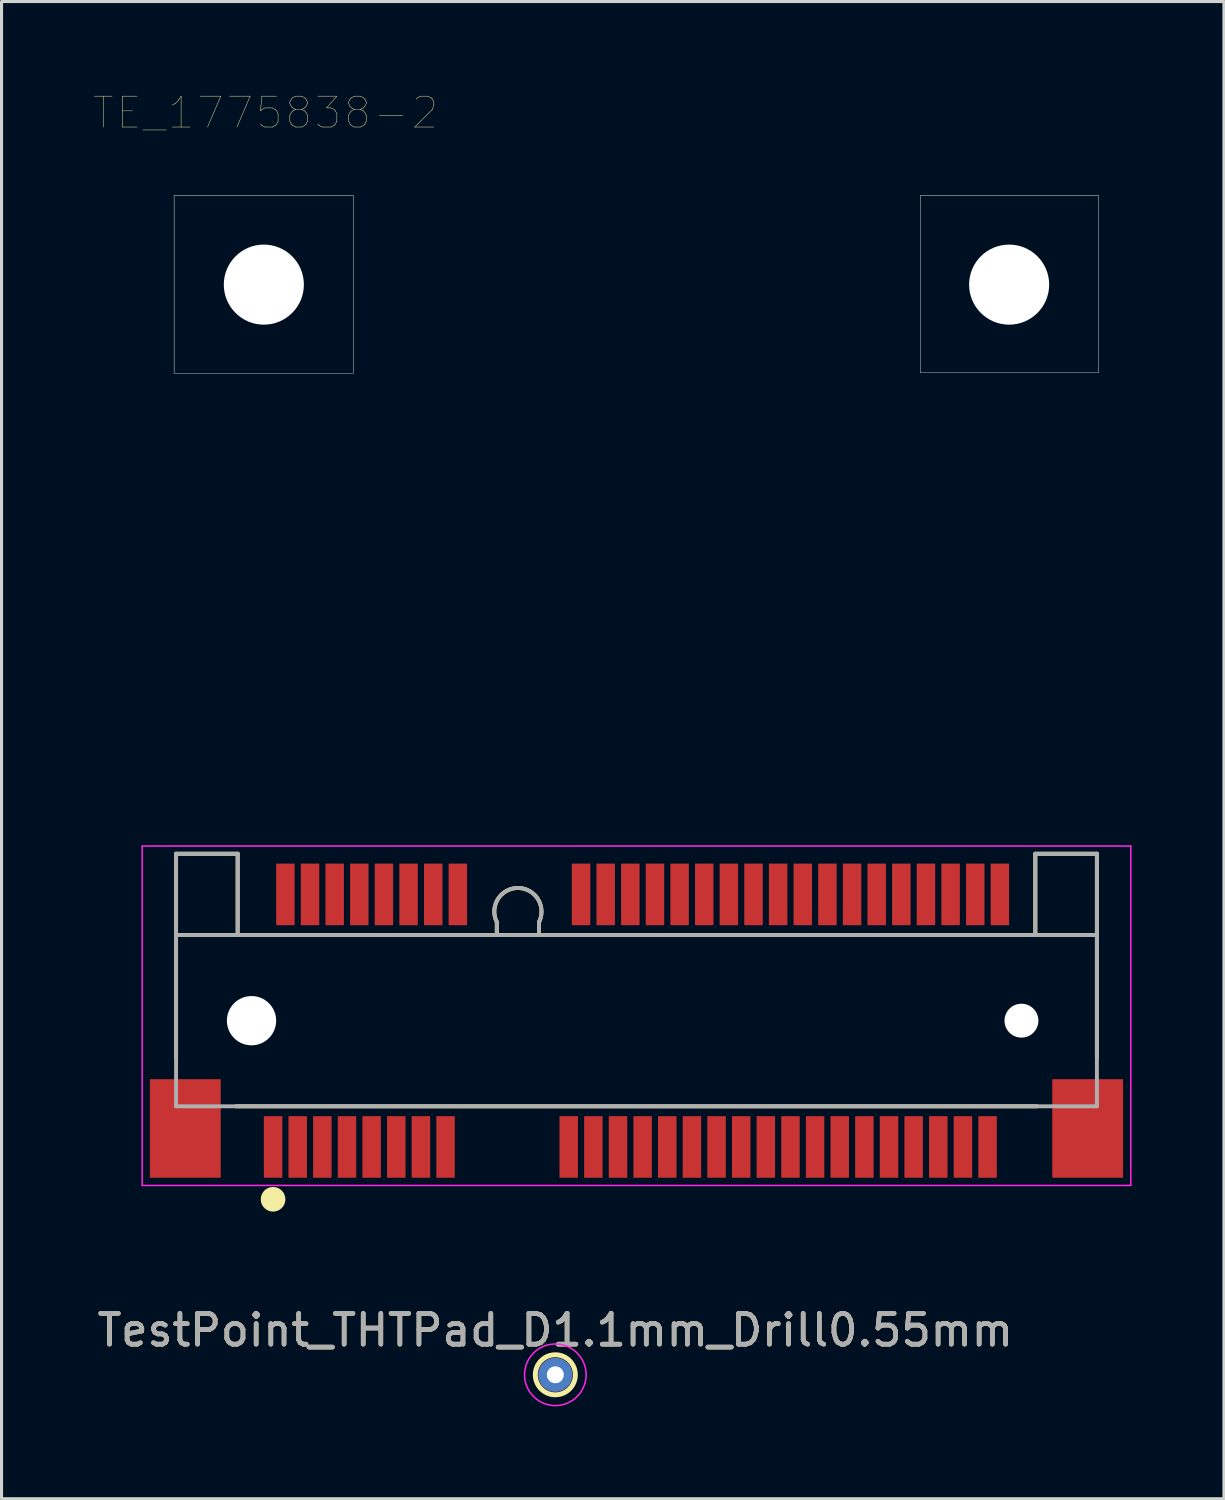
<source format=kicad_pcb>
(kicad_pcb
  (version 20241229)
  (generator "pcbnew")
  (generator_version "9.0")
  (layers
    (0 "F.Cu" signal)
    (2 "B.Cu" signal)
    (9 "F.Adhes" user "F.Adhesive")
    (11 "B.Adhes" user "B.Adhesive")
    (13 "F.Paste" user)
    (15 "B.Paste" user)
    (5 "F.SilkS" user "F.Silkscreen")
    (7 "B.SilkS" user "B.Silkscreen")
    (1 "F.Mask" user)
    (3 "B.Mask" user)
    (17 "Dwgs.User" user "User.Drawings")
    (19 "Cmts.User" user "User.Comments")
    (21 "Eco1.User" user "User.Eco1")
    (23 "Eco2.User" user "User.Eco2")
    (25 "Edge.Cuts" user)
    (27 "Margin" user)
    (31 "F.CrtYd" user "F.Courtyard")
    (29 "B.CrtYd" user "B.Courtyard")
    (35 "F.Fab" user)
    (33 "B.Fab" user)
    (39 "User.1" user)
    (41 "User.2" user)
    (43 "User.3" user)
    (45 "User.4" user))
  (footprint "TE_1775838-2"
    (layer "F.Cu")
    (at 17.617 30.092)
    (property "Reference" "TE_1775838-2" (at -12.043 -29.48 0) (layer "F.SilkS") (effects (font (size 1.002 1.002) (thickness 0.015))))
    (attr through_hole)
    (fp_line (start -14.95 -5.42) (end -12.95 -5.42) (stroke (width 0.127) (type solid)) (layer "F.SilkS"))
    (fp_line (start -14.95 -2.78) (end -14.95 -5.42) (stroke (width 0.127) (type solid)) (layer "F.SilkS"))
    (fp_line (start -14.95 -2.78) (end -14.95 1.2) (stroke (width 0.127) (type solid)) (layer "F.SilkS"))
    (fp_line (start -14.95 -2.78) (end -12.95 -2.78) (stroke (width 0.127) (type solid)) (layer "F.SilkS"))
    (fp_line (start -12.95 -5.42) (end -12.95 -2.78) (stroke (width 0.127) (type solid)) (layer "F.SilkS"))
    (fp_line (start -12.95 -2.78) (end -4.535 -2.78) (stroke (width 0.127) (type solid)) (layer "F.SilkS"))
    (fp_line (start -4.535 -2.78) (end -4.535 -3.2) (stroke (width 0.127) (type solid)) (layer "F.SilkS"))
    (fp_line (start -4.535 -2.78) (end -3.165 -2.78) (stroke (width 0.127) (type solid)) (layer "F.SilkS"))
    (fp_line (start -3.165 -2.78) (end -3.165 -3.2) (stroke (width 0.127) (type solid)) (layer "F.SilkS"))
    (fp_line (start -3.165 -2.78) (end 12.95 -2.78) (stroke (width 0.127) (type solid)) (layer "F.SilkS"))
    (fp_line (start 12.95 -5.42) (end 12.95 -2.78) (stroke (width 0.127) (type solid)) (layer "F.SilkS"))
    (fp_line (start 12.95 -2.78) (end 14.95 -2.78) (stroke (width 0.127) (type solid)) (layer "F.SilkS"))
    (fp_line (start 13 2.78) (end -13 2.78) (stroke (width 0.127) (type solid)) (layer "F.SilkS"))
    (fp_line (start 14.95 -5.42) (end 12.95 -5.42) (stroke (width 0.127) (type solid)) (layer "F.SilkS"))
    (fp_line (start 14.95 -2.78) (end 14.95 -5.42) (stroke (width 0.127) (type solid)) (layer "F.SilkS"))
    (fp_line (start 14.95 -2.78) (end 14.95 1.2) (stroke (width 0.127) (type solid)) (layer "F.SilkS"))
    (fp_arc (start -4.535 -3.2) (mid -3.85 -4.308352) (end -3.165 -3.2) (stroke (width 0.127) (type solid)) (layer "F.SilkS"))
    (fp_circle (center -11.8 5.8) (end -11.6 5.8) (stroke (width 0.4) (type solid)) (fill no) (layer "F.SilkS"))
    (fp_poly (pts (xy -15.016 -26.8) (xy -9.2 -26.8) (xy -9.2 -21.022) (xy -15.016 -21.022)) (stroke (width 0.01) (type solid)) (fill no) (layer "Dwgs.User"))
    (fp_poly (pts (xy -15.006 -26.8) (xy -9.2 -26.8) (xy -9.2 -21.009) (xy -15.006 -21.009)) (stroke (width 0.01) (type solid)) (fill no) (layer "Dwgs.User"))
    (fp_poly (pts (xy 9.215 -26.8) (xy 15 -26.8) (xy 15 -21.035) (xy 9.215 -21.035)) (stroke (width 0.01) (type solid)) (fill no) (layer "Dwgs.User"))
    (fp_poly (pts (xy 9.218 -26.8) (xy 15 -26.8) (xy 15 -21.041) (xy 9.218 -21.041)) (stroke (width 0.01) (type solid)) (fill no) (layer "Dwgs.User"))
    (fp_line (start -16.05 -5.67) (end 16.05 -5.67) (stroke (width 0.05) (type solid)) (layer "F.CrtYd"))
    (fp_line (start -16.05 5.35) (end -16.05 -5.67) (stroke (width 0.05) (type solid)) (layer "F.CrtYd"))
    (fp_line (start 16.05 -5.67) (end 16.05 5.35) (stroke (width 0.05) (type solid)) (layer "F.CrtYd"))
    (fp_line (start 16.05 5.35) (end -16.05 5.35) (stroke (width 0.05) (type solid)) (layer "F.CrtYd"))
    (fp_line (start -14.95 -5.42) (end -12.95 -5.42) (stroke (width 0.127) (type solid)) (layer "F.Fab"))
    (fp_line (start -14.95 -2.78) (end -14.95 -5.42) (stroke (width 0.127) (type solid)) (layer "F.Fab"))
    (fp_line (start -14.95 -2.78) (end -12.95 -2.78) (stroke (width 0.127) (type solid)) (layer "F.Fab"))
    (fp_line (start -14.95 2.78) (end -14.95 -2.78) (stroke (width 0.127) (type solid)) (layer "F.Fab"))
    (fp_line (start -12.95 -5.42) (end -12.95 -2.78) (stroke (width 0.127) (type solid)) (layer "F.Fab"))
    (fp_line (start -12.95 -2.78) (end -4.535 -2.78) (stroke (width 0.127) (type solid)) (layer "F.Fab"))
    (fp_line (start -4.535 -2.78) (end -4.535 -3.2) (stroke (width 0.127) (type solid)) (layer "F.Fab"))
    (fp_line (start -4.535 -2.78) (end -3.165 -2.78) (stroke (width 0.127) (type solid)) (layer "F.Fab"))
    (fp_line (start -3.165 -2.78) (end -3.165 -3.2) (stroke (width 0.127) (type solid)) (layer "F.Fab"))
    (fp_line (start -3.165 -2.78) (end 12.95 -2.78) (stroke (width 0.127) (type solid)) (layer "F.Fab"))
    (fp_line (start 12.95 -5.42) (end 12.95 -2.78) (stroke (width 0.127) (type solid)) (layer "F.Fab"))
    (fp_line (start 12.95 -2.78) (end 14.95 -2.78) (stroke (width 0.127) (type solid)) (layer "F.Fab"))
    (fp_line (start 14.95 -5.42) (end 12.95 -5.42) (stroke (width 0.127) (type solid)) (layer "F.Fab"))
    (fp_line (start 14.95 -2.78) (end 14.95 -5.42) (stroke (width 0.127) (type solid)) (layer "F.Fab"))
    (fp_line (start 14.95 -2.78) (end 14.95 2.78) (stroke (width 0.127) (type solid)) (layer "F.Fab"))
    (fp_line (start 14.95 2.78) (end -14.95 2.78) (stroke (width 0.127) (type solid)) (layer "F.Fab"))
    (fp_arc (start -4.535 -3.2) (mid -3.85 -4.308352) (end -3.165 -3.2) (stroke (width 0.127) (type solid)) (layer "F.Fab"))
    (pad "" np_thru_hole circle (at -12.5 0) (size 1.6 1.6) (drill 1.6) (layers "*.Cu" "*.Mask"))
    (pad "" np_thru_hole circle (at -12.1 -23.9) (size 2.6 2.6) (drill 2.6) (layers "*.Cu" "*.Mask"))
    (pad "" np_thru_hole circle (at 12.1 -23.9) (size 2.6 2.6) (drill 2.6) (layers "*.Cu" "*.Mask"))
    (pad "" np_thru_hole circle (at 12.5 0) (size 1.1 1.1) (drill 1.1) (layers "*.Cu" "*.Mask"))
    (pad "1" smd rect (at -11.8 4.1) (size 0.6 2) (layers "F.Cu" "F.Mask" "F.Paste"))
    (pad "2" smd rect (at -11.4 -4.1) (size 0.6 2) (layers "F.Cu" "F.Mask" "F.Paste"))
    (pad "3" smd rect (at -11 4.1) (size 0.6 2) (layers "F.Cu" "F.Mask" "F.Paste"))
    (pad "4" smd rect (at -10.6 -4.1) (size 0.6 2) (layers "F.Cu" "F.Mask" "F.Paste"))
    (pad "5" smd rect (at -10.2 4.1) (size 0.6 2) (layers "F.Cu" "F.Mask" "F.Paste"))
    (pad "6" smd rect (at -9.8 -4.1) (size 0.6 2) (layers "F.Cu" "F.Mask" "F.Paste"))
    (pad "7" smd rect (at -9.4 4.1) (size 0.6 2) (layers "F.Cu" "F.Mask" "F.Paste"))
    (pad "8" smd rect (at -9 -4.1) (size 0.6 2) (layers "F.Cu" "F.Mask" "F.Paste"))
    (pad "9" smd rect (at -8.6 4.1) (size 0.6 2) (layers "F.Cu" "F.Mask" "F.Paste"))
    (pad "10" smd rect (at -8.2 -4.1) (size 0.6 2) (layers "F.Cu" "F.Mask" "F.Paste"))
    (pad "11" smd rect (at -7.8 4.1) (size 0.6 2) (layers "F.Cu" "F.Mask" "F.Paste"))
    (pad "12" smd rect (at -7.4 -4.1) (size 0.6 2) (layers "F.Cu" "F.Mask" "F.Paste"))
    (pad "13" smd rect (at -7 4.1) (size 0.6 2) (layers "F.Cu" "F.Mask" "F.Paste"))
    (pad "14" smd rect (at -6.6 -4.1) (size 0.6 2) (layers "F.Cu" "F.Mask" "F.Paste"))
    (pad "15" smd rect (at -6.2 4.1) (size 0.6 2) (layers "F.Cu" "F.Mask" "F.Paste"))
    (pad "16" smd rect (at -5.8 -4.1) (size 0.6 2) (layers "F.Cu" "F.Mask" "F.Paste"))
    (pad "17" smd rect (at -2.2 4.1) (size 0.6 2) (layers "F.Cu" "F.Mask" "F.Paste"))
    (pad "18" smd rect (at -1.8 -4.1) (size 0.6 2) (layers "F.Cu" "F.Mask" "F.Paste"))
    (pad "19" smd rect (at -1.4 4.1) (size 0.6 2) (layers "F.Cu" "F.Mask" "F.Paste"))
    (pad "20" smd rect (at -1 -4.1) (size 0.6 2) (layers "F.Cu" "F.Mask" "F.Paste"))
    (pad "21" smd rect (at -0.6 4.1) (size 0.6 2) (layers "F.Cu" "F.Mask" "F.Paste"))
    (pad "22" smd rect (at -0.2 -4.1) (size 0.6 2) (layers "F.Cu" "F.Mask" "F.Paste"))
    (pad "23" smd rect (at 0.2 4.1) (size 0.6 2) (layers "F.Cu" "F.Mask" "F.Paste"))
    (pad "24" smd rect (at 0.6 -4.1) (size 0.6 2) (layers "F.Cu" "F.Mask" "F.Paste"))
    (pad "25" smd rect (at 1 4.1) (size 0.6 2) (layers "F.Cu" "F.Mask" "F.Paste"))
    (pad "26" smd rect (at 1.4 -4.1) (size 0.6 2) (layers "F.Cu" "F.Mask" "F.Paste"))
    (pad "27" smd rect (at 1.8 4.1) (size 0.6 2) (layers "F.Cu" "F.Mask" "F.Paste"))
    (pad "28" smd rect (at 2.2 -4.1) (size 0.6 2) (layers "F.Cu" "F.Mask" "F.Paste"))
    (pad "29" smd rect (at 2.6 4.1) (size 0.6 2) (layers "F.Cu" "F.Mask" "F.Paste"))
    (pad "30" smd rect (at 3 -4.1) (size 0.6 2) (layers "F.Cu" "F.Mask" "F.Paste"))
    (pad "31" smd rect (at 3.4 4.1) (size 0.6 2) (layers "F.Cu" "F.Mask" "F.Paste"))
    (pad "32" smd rect (at 3.8 -4.1) (size 0.6 2) (layers "F.Cu" "F.Mask" "F.Paste"))
    (pad "33" smd rect (at 4.2 4.1) (size 0.6 2) (layers "F.Cu" "F.Mask" "F.Paste"))
    (pad "34" smd rect (at 4.6 -4.1) (size 0.6 2) (layers "F.Cu" "F.Mask" "F.Paste"))
    (pad "35" smd rect (at 5 4.1) (size 0.6 2) (layers "F.Cu" "F.Mask" "F.Paste"))
    (pad "36" smd rect (at 5.4 -4.1) (size 0.6 2) (layers "F.Cu" "F.Mask" "F.Paste"))
    (pad "37" smd rect (at 5.8 4.1) (size 0.6 2) (layers "F.Cu" "F.Mask" "F.Paste"))
    (pad "38" smd rect (at 6.2 -4.1) (size 0.6 2) (layers "F.Cu" "F.Mask" "F.Paste"))
    (pad "39" smd rect (at 6.6 4.1) (size 0.6 2) (layers "F.Cu" "F.Mask" "F.Paste"))
    (pad "40" smd rect (at 7 -4.1) (size 0.6 2) (layers "F.Cu" "F.Mask" "F.Paste"))
    (pad "41" smd rect (at 7.4 4.1) (size 0.6 2) (layers "F.Cu" "F.Mask" "F.Paste"))
    (pad "42" smd rect (at 7.8 -4.1) (size 0.6 2) (layers "F.Cu" "F.Mask" "F.Paste"))
    (pad "43" smd rect (at 8.2 4.1) (size 0.6 2) (layers "F.Cu" "F.Mask" "F.Paste"))
    (pad "44" smd rect (at 8.6 -4.1) (size 0.6 2) (layers "F.Cu" "F.Mask" "F.Paste"))
    (pad "45" smd rect (at 9 4.1) (size 0.6 2) (layers "F.Cu" "F.Mask" "F.Paste"))
    (pad "46" smd rect (at 9.4 -4.1) (size 0.6 2) (layers "F.Cu" "F.Mask" "F.Paste"))
    (pad "47" smd rect (at 9.8 4.1) (size 0.6 2) (layers "F.Cu" "F.Mask" "F.Paste"))
    (pad "48" smd rect (at 10.2 -4.1) (size 0.6 2) (layers "F.Cu" "F.Mask" "F.Paste"))
    (pad "49" smd rect (at 10.6 4.1) (size 0.6 2) (layers "F.Cu" "F.Mask" "F.Paste"))
    (pad "50" smd rect (at 11 -4.1) (size 0.6 2) (layers "F.Cu" "F.Mask" "F.Paste"))
    (pad "51" smd rect (at 11.4 4.1) (size 0.6 2) (layers "F.Cu" "F.Mask" "F.Paste"))
    (pad "52" smd rect (at 11.8 -4.1) (size 0.6 2) (layers "F.Cu" "F.Mask" "F.Paste"))
    (pad "SH1" smd rect (at -14.65 3.5) (size 2.3 3.2) (layers "F.Cu" "F.Mask" "F.Paste"))
    (pad "SH2" smd rect (at 14.65 3.5) (size 2.3 3.2) (layers "F.Cu" "F.Mask" "F.Paste")))
  (footprint "TestPoint_THTPad_D1.1mm_Drill0.55mm"
    (layer "F.Cu")
    (at 14.982 41.59)
    (property "Reference" "TestPoint_THTPad_D1.1mm_Drill0.55mm" (at 0 -1.448 0) (layer "F.SilkS") (effects (font (size 1 1) (thickness 0.15))))
    (attr exclude_from_pos_files exclude_from_bom)
    (fp_circle (center 0 0) (end 0.65 0) (stroke (width 0.16) (type solid)) (fill no) (layer "F.SilkS"))
    (fp_circle (center 0 0) (end 1 0) (stroke (width 0.05) (type solid)) (fill no) (layer "F.CrtYd"))
    (fp_text user "${REFERENCE}" (at 0 -1.45 0) (layer "F.Fab") (effects (font (size 1 1) (thickness 0.15))))
    (pad "1" thru_hole circle (at 0 0) (size 1.1 1.1) (drill 0.55) (layers "*.Cu" "*.Mask")))
  (gr_rect
    (start -3 -3)
    (end 36.692 45.615)
    (stroke (width 0.1) (type default))
    (fill no)
    (layer "Edge.Cuts")))
</source>
